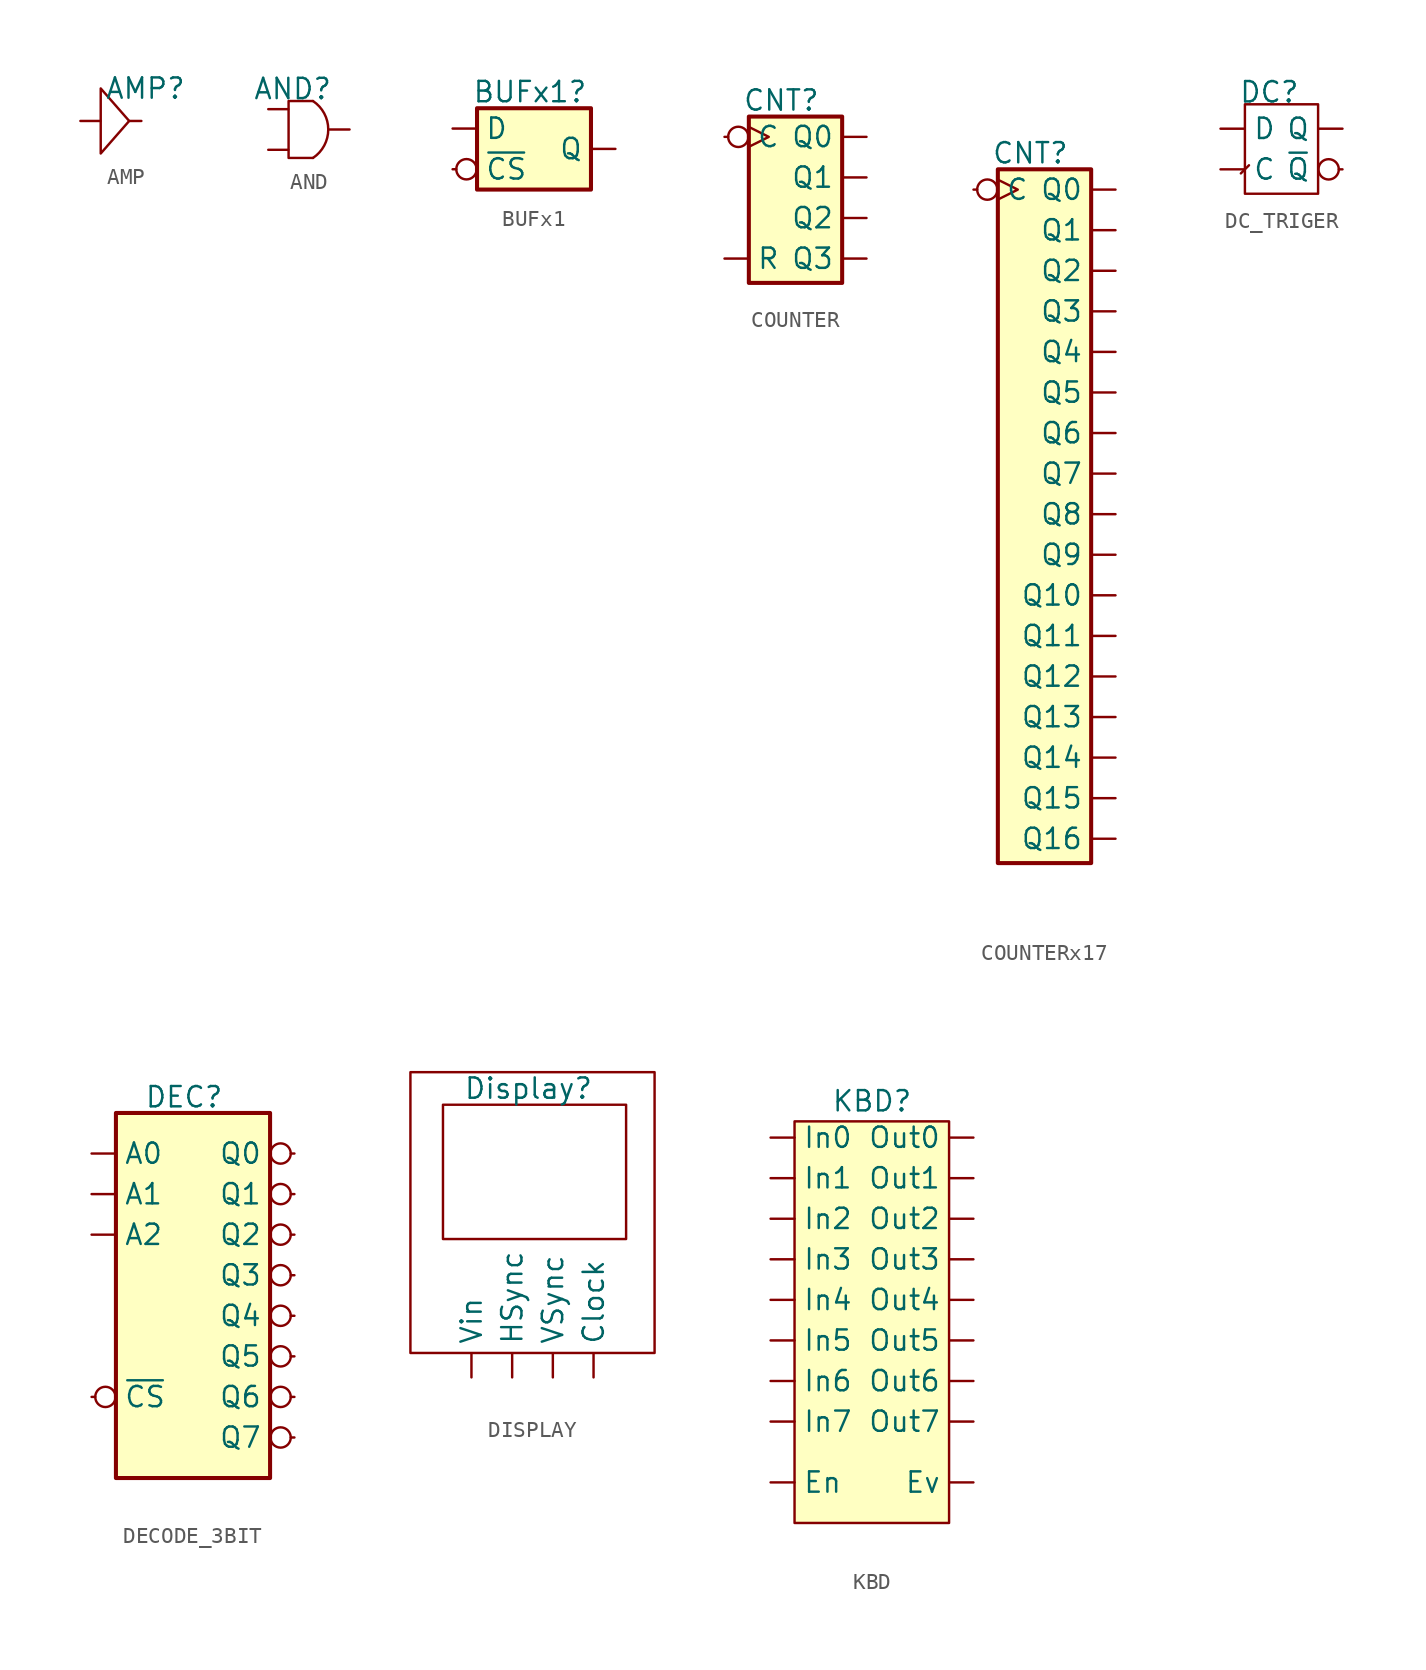
<source format=kicad_sym>
(kicad_symbol_lib
  (version 20220914)
  (generator kicad_symbol_editor)
  (symbol "AMP"
    (pin_numbers hide)
    (pin_names
      (offset 0) hide)
    (property "Reference" "AMP"
      (at 1.524 2.032 0)
      (effects (font (size 1.27 1.27))))
    (symbol "AMP_0_1"
      (polyline (pts (xy -1.27 2.032) (xy 0.508 0) (xy -1.27 -2.032) (xy -1.27 2.032)) (stroke (width 0) (type default)) (fill (type none))))
    (symbol "AMP_1_1"
      (pin input line (at -2.54 0 0) (length 1.25) (name "IN" (effects (font (size 1.27 1.27)))) (number "" (effects (font (size 1.27 1.27)))))
      (pin output line (at 1.27 0 180) (length 0.75) (name "OUT" (effects (font (size 1.27 1.27)))) (number "1" (effects (font (size 1.27 1.27)))))))
  (symbol "AND"
    (pin_numbers hide)
    (pin_names hide)
    (property "Reference" "AND"
      (at -1.016 2.54 0)
      (effects (font (size 1.27 1.27))))
    (symbol "AND_0_1"
      (polyline (pts (xy 0.254 1.778) (xy -1.27 1.778) (xy -1.27 -1.778) (xy 0.254 -1.778)) (stroke (width 0) (type default)) (fill (type none)))
      (arc (start 0.254 -1.778) (mid 1.2096 0) (end 0.254 1.778) (stroke (width 0) (type default)) (fill (type none))))
    (symbol "AND_1_1"
      (pin input line (at -2.54 1.27 0) (length 1.25) (name "IN0" (effects (font (size 1.27 1.27)))) (number "1" (effects (font (size 1.27 1.27)))))
      (pin input line (at -2.54 -1.27 0) (length 1.25) (name "IN1" (effects (font (size 1.27 1.27)))) (number "2" (effects (font (size 1.27 1.27)))))
      (pin output line (at 2.54 0 180) (length 1.25) (name "OUT" (effects (font (size 1.27 1.27)))) (number "3" (effects (font (size 1.27 1.27)))))))
  (symbol "BUFx1"
    (pin_numbers hide)
    (property "Reference" "BUFx1"
      (at -0.254 3.556 0)
      (effects (font (size 1.27 1.27))))
    (symbol "BUFx1_1_0"
      (pin input line (at -5.08 1.27 0) (length 1.5) (name "D" (effects (font (size 1.27 1.27)))) (number "1" (effects (font (size 1.27 1.27)))))
      (pin input inverted (at -5.08 -1.27 0) (length 1.5) (name "~{CS}" (effects (font (size 1.27 1.27)))) (number "17" (effects (font (size 1.27 1.27)))))
      (pin tri_state line (at 5.08 0 180) (length 1.5) (name "Q" (effects (font (size 1.27 1.27)))) (number "9" (effects (font (size 1.27 1.27))))))
    (symbol "BUFx1_1_1"
      (rectangle (start -3.556 2.54) (end 3.556 -2.54) (stroke (width 0.254) (type default)) (fill (type background)))))
  (symbol "COUNTER"
    (pin_numbers hide)
    (property "Reference" "CNT"
      (at -1.524 6.096 0)
      (effects (font (size 1.27 1.27))))
    (symbol "COUNTER_1_1"
      (rectangle (start -3.556 5.08) (end 2.286 -5.334) (stroke (width 0.254) (type default)) (fill (type background)))
      (pin input inverted_clock (at -5.08 3.81 0) (length 1.5) (name "C" (effects (font (size 1.27 1.27)))) (number "1" (effects (font (size 1.27 1.27)))))
      (pin input line (at -5.08 -3.81 0) (length 1.5) (name "R" (effects (font (size 1.27 1.27)))) (number "1" (effects (font (size 1.27 1.27)))))
      (pin output line (at 3.81 3.81 180) (length 1.5) (name "Q0" (effects (font (size 1.27 1.27)))) (number "2" (effects (font (size 1.27 1.27)))))
      (pin output line (at 3.81 1.27 180) (length 1.5) (name "Q1" (effects (font (size 1.27 1.27)))) (number "3" (effects (font (size 1.27 1.27)))))
      (pin output line (at 3.81 -1.27 180) (length 1.5) (name "Q2" (effects (font (size 1.27 1.27)))) (number "4" (effects (font (size 1.27 1.27)))))
      (pin output line (at 3.81 -3.81 180) (length 1.5) (name "Q3" (effects (font (size 1.27 1.27)))) (number "5" (effects (font (size 1.27 1.27)))))))
  (symbol "COUNTERx17"
    (pin_numbers hide)
    (property "Reference" "CNT"
      (at -1.524 7.366 0)
      (effects (font (size 1.27 1.27))))
    (symbol "COUNTERx17_1_1"
      (rectangle (start -3.556 6.35) (end 2.286 -37.084) (stroke (width 0.254) (type default)) (fill (type background)))
      (pin input inverted_clock (at -5.08 5.08 0) (length 1.5) (name "C" (effects (font (size 1.27 1.27)))) (number "1" (effects (font (size 1.27 1.27)))))
      (pin output line (at 3.81 -15.24 180) (length 1.5) (name "Q8" (effects (font (size 1.27 1.27)))) (number "10" (effects (font (size 1.27 1.27)))))
      (pin output line (at 3.81 -17.78 180) (length 1.5) (name "Q9" (effects (font (size 1.27 1.27)))) (number "11" (effects (font (size 1.27 1.27)))))
      (pin output line (at 3.81 -20.32 180) (length 1.5) (name "Q10" (effects (font (size 1.27 1.27)))) (number "12" (effects (font (size 1.27 1.27)))))
      (pin output line (at 3.81 -22.86 180) (length 1.5) (name "Q11" (effects (font (size 1.27 1.27)))) (number "13" (effects (font (size 1.27 1.27)))))
      (pin output line (at 3.81 -25.4 180) (length 1.5) (name "Q12" (effects (font (size 1.27 1.27)))) (number "14" (effects (font (size 1.27 1.27)))))
      (pin output line (at 3.81 -27.94 180) (length 1.5) (name "Q13" (effects (font (size 1.27 1.27)))) (number "15" (effects (font (size 1.27 1.27)))))
      (pin output line (at 3.81 -30.48 180) (length 1.5) (name "Q14" (effects (font (size 1.27 1.27)))) (number "16" (effects (font (size 1.27 1.27)))))
      (pin output line (at 3.81 -33.02 180) (length 1.5) (name "Q15" (effects (font (size 1.27 1.27)))) (number "17" (effects (font (size 1.27 1.27)))))
      (pin output line (at 3.81 -35.56 180) (length 1.5) (name "Q16" (effects (font (size 1.27 1.27)))) (number "18" (effects (font (size 1.27 1.27)))))
      (pin output line (at 3.81 5.08 180) (length 1.5) (name "Q0" (effects (font (size 1.27 1.27)))) (number "2" (effects (font (size 1.27 1.27)))))
      (pin output line (at 3.81 2.54 180) (length 1.5) (name "Q1" (effects (font (size 1.27 1.27)))) (number "3" (effects (font (size 1.27 1.27)))))
      (pin output line (at 3.81 0 180) (length 1.5) (name "Q2" (effects (font (size 1.27 1.27)))) (number "4" (effects (font (size 1.27 1.27)))))
      (pin output line (at 3.81 -2.54 180) (length 1.5) (name "Q3" (effects (font (size 1.27 1.27)))) (number "5" (effects (font (size 1.27 1.27)))))
      (pin output line (at 3.81 -5.08 180) (length 1.5) (name "Q4" (effects (font (size 1.27 1.27)))) (number "6" (effects (font (size 1.27 1.27)))))
      (pin output line (at 3.81 -7.62 180) (length 1.5) (name "Q5" (effects (font (size 1.27 1.27)))) (number "7" (effects (font (size 1.27 1.27)))))
      (pin output line (at 3.81 -10.16 180) (length 1.5) (name "Q6" (effects (font (size 1.27 1.27)))) (number "8" (effects (font (size 1.27 1.27)))))
      (pin output line (at 3.81 -12.7 180) (length 1.5) (name "Q7" (effects (font (size 1.27 1.27)))) (number "9" (effects (font (size 1.27 1.27)))))))
  (symbol "DC_TRIGER"
    (pin_numbers hide)
    (property "Reference" "DC"
      (at -0.762 3.556 0)
      (effects (font (size 1.27 1.27))))
    (symbol "DC_TRIGER_0_1"
      (rectangle (start -2.286 2.794) (end 2.286 -2.794) (stroke (width 0) (type default)) (fill (type none)))
      (polyline (pts (xy -2.54 -1.524) (xy -2.032 -1.016)) (stroke (width 0) (type default)) (fill (type none))))
    (symbol "DC_TRIGER_1_1"
      (pin input line (at -3.81 -1.27 0) (length 1.5) (name "C" (effects (font (size 1.27 1.27)))) (number "1" (effects (font (size 1.27 1.27)))))
      (pin input line (at -3.81 1.27 0) (length 1.5) (name "D" (effects (font (size 1.27 1.27)))) (number "2" (effects (font (size 1.27 1.27)))))
      (pin output line (at 3.81 1.27 180) (length 1.5) (name "Q" (effects (font (size 1.27 1.27)))) (number "3" (effects (font (size 1.27 1.27)))))
      (pin output inverted (at 3.81 -1.27 180) (length 1.5) (name "~{Q}" (effects (font (size 1.27 1.27)))) (number "4" (effects (font (size 1.27 1.27)))))))
  (symbol "DECODE_3BIT"
    (pin_numbers hide)
    (property "Reference" "DEC"
      (at -3.048 12.954 0)
      (effects (font (size 1.27 1.27)) (justify left bottom)))
    (symbol "DECODE_3BIT_1_1"
      (rectangle (start -4.826 12.7) (end 4.826 -10.16) (stroke (width 0.254) (type default)) (fill (type background)))
      (pin input line (at -6.35 10.16 0) (length 1.5) (name "A0" (effects (font (size 1.27 1.27)))) (number "1" (effects (font (size 1.27 1.27)))))
      (pin tri_state inverted (at 6.35 -5.08 180) (length 1.5) (name "Q6" (effects (font (size 1.27 1.27)))) (number "10" (effects (font (size 1.27 1.27)))))
      (pin tri_state inverted (at 6.35 -7.62 180) (length 1.5) (name "Q7" (effects (font (size 1.27 1.27)))) (number "11" (effects (font (size 1.27 1.27)))))
      (pin input inverted (at -6.35 -5.08 0) (length 1.5) (name "~{CS}" (effects (font (size 1.27 1.27)))) (number "12" (effects (font (size 1.27 1.27)))))
      (pin input line (at -6.35 7.62 0) (length 1.5) (name "A1" (effects (font (size 1.27 1.27)))) (number "2" (effects (font (size 1.27 1.27)))))
      (pin input line (at -6.35 5.08 0) (length 1.5) (name "A2" (effects (font (size 1.27 1.27)))) (number "3" (effects (font (size 1.27 1.27)))))
      (pin tri_state inverted (at 6.35 10.16 180) (length 1.5) (name "Q0" (effects (font (size 1.27 1.27)))) (number "4" (effects (font (size 1.27 1.27)))))
      (pin tri_state inverted (at 6.35 7.62 180) (length 1.5) (name "Q1" (effects (font (size 1.27 1.27)))) (number "5" (effects (font (size 1.27 1.27)))))
      (pin tri_state inverted (at 6.35 5.08 180) (length 1.5) (name "Q2" (effects (font (size 1.27 1.27)))) (number "6" (effects (font (size 1.27 1.27)))))
      (pin tri_state inverted (at 6.35 2.54 180) (length 1.5) (name "Q3" (effects (font (size 1.27 1.27)))) (number "7" (effects (font (size 1.27 1.27)))))
      (pin tri_state inverted (at 6.35 0 180) (length 1.5) (name "Q4" (effects (font (size 1.27 1.27)))) (number "8" (effects (font (size 1.27 1.27)))))
      (pin tri_state inverted (at 6.35 -2.54 180) (length 1.5) (name "Q5" (effects (font (size 1.27 1.27)))) (number "9" (effects (font (size 1.27 1.27)))))))
  (symbol "DISPLAY"
    (pin_numbers hide)
    (property "Reference" "Display"
      (at -0.254 15.494 0)
      (effects (font (size 1.27 1.27))))
    (symbol "DISPLAY_0_1"
      (rectangle (start -7.62 16.51) (end 7.62 -1.016) (stroke (width 0) (type default)) (fill (type none)))
      (rectangle (start -5.588 14.478) (end 5.842 6.096) (stroke (width 0) (type default)) (fill (type none))))
    (symbol "DISPLAY_1_1"
      (pin input line (at 3.81 -2.54 90) (length 1.5) (name "Clock" (effects (font (size 1.27 1.27)))) (number "1" (effects (font (size 1.27 1.27)))))
      (pin input line (at -1.27 -2.54 90) (length 1.5) (name "HSync" (effects (font (size 1.27 1.27)))) (number "2" (effects (font (size 1.27 1.27)))))
      (pin input line (at 1.27 -2.54 90) (length 1.5) (name "VSync" (effects (font (size 1.27 1.27)))) (number "3" (effects (font (size 1.27 1.27)))))
      (pin input line (at -3.81 -2.54 90) (length 1.5) (name "Vin" (effects (font (size 1.27 1.27)))) (number "4" (effects (font (size 1.27 1.27)))))))
  (symbol "KBD"
    (pin_numbers hide)
    (property "Reference" "KBD"
      (at 0 13.716 0)
      (effects (font (size 1.27 1.27))))
    (property "Value" ""
      (at -2.31 3.556 0)
      (effects (font (size 1.27 1.27))))
    (symbol "KBD_1_1"
      (rectangle (start -4.85 12.446) (end 4.826 -12.7) (stroke (width 0) (type default)) (fill (type background)))
      (pin output line (at 6.35 11.43 180) (length 1.5) (name "Out0" (effects (font (size 1.27 1.27)))) (number "1" (effects (font (size 1.27 1.27)))))
      (pin input line (at -6.35 1.27 0) (length 1.5) (name "In4" (effects (font (size 1.27 1.27)))) (number "10" (effects (font (size 1.27 1.27)))))
      (pin output line (at 6.35 -1.27 180) (length 1.5) (name "Out5" (effects (font (size 1.27 1.27)))) (number "11" (effects (font (size 1.27 1.27)))))
      (pin input line (at -6.35 -1.27 0) (length 1.5) (name "In5" (effects (font (size 1.27 1.27)))) (number "12" (effects (font (size 1.27 1.27)))))
      (pin output line (at 6.35 -3.81 180) (length 1.5) (name "Out6" (effects (font (size 1.27 1.27)))) (number "14" (effects (font (size 1.27 1.27)))))
      (pin input line (at -6.35 -3.81 0) (length 1.5) (name "In6" (effects (font (size 1.27 1.27)))) (number "15" (effects (font (size 1.27 1.27)))))
      (pin output line (at 6.35 -6.35 180) (length 1.5) (name "Out7" (effects (font (size 1.27 1.27)))) (number "16" (effects (font (size 1.27 1.27)))))
      (pin input line (at -6.35 -6.35 0) (length 1.5) (name "In7" (effects (font (size 1.27 1.27)))) (number "17" (effects (font (size 1.27 1.27)))))
      (pin output line (at 6.35 -10.16 180) (length 1.5) (name "Ev" (effects (font (size 1.27 1.27)))) (number "18" (effects (font (size 1.27 1.27)))))
      (pin input line (at -6.35 -10.16 0) (length 1.5) (name "En" (effects (font (size 1.27 1.27)))) (number "19" (effects (font (size 1.27 1.27)))))
      (pin input line (at -6.35 11.43 0) (length 1.5) (name "In0" (effects (font (size 1.27 1.27)))) (number "2" (effects (font (size 1.27 1.27)))))
      (pin output line (at 6.35 8.89 180) (length 1.5) (name "Out1" (effects (font (size 1.27 1.27)))) (number "3" (effects (font (size 1.27 1.27)))))
      (pin input line (at -6.35 8.89 0) (length 1.5) (name "In1" (effects (font (size 1.27 1.27)))) (number "4" (effects (font (size 1.27 1.27)))))
      (pin output line (at 6.35 6.35 180) (length 1.5) (name "Out2" (effects (font (size 1.27 1.27)))) (number "5" (effects (font (size 1.27 1.27)))))
      (pin input line (at -6.35 6.35 0) (length 1.5) (name "In2" (effects (font (size 1.27 1.27)))) (number "6" (effects (font (size 1.27 1.27)))))
      (pin output line (at 6.35 3.81 180) (length 1.5) (name "Out3" (effects (font (size 1.27 1.27)))) (number "7" (effects (font (size 1.27 1.27)))))
      (pin input line (at -6.35 3.81 0) (length 1.5) (name "In3" (effects (font (size 1.27 1.27)))) (number "8" (effects (font (size 1.27 1.27)))))
      (pin output line (at 6.35 1.27 180) (length 1.5) (name "Out4" (effects (font (size 1.27 1.27)))) (number "9" (effects (font (size 1.27 1.27))))))))
</source>
